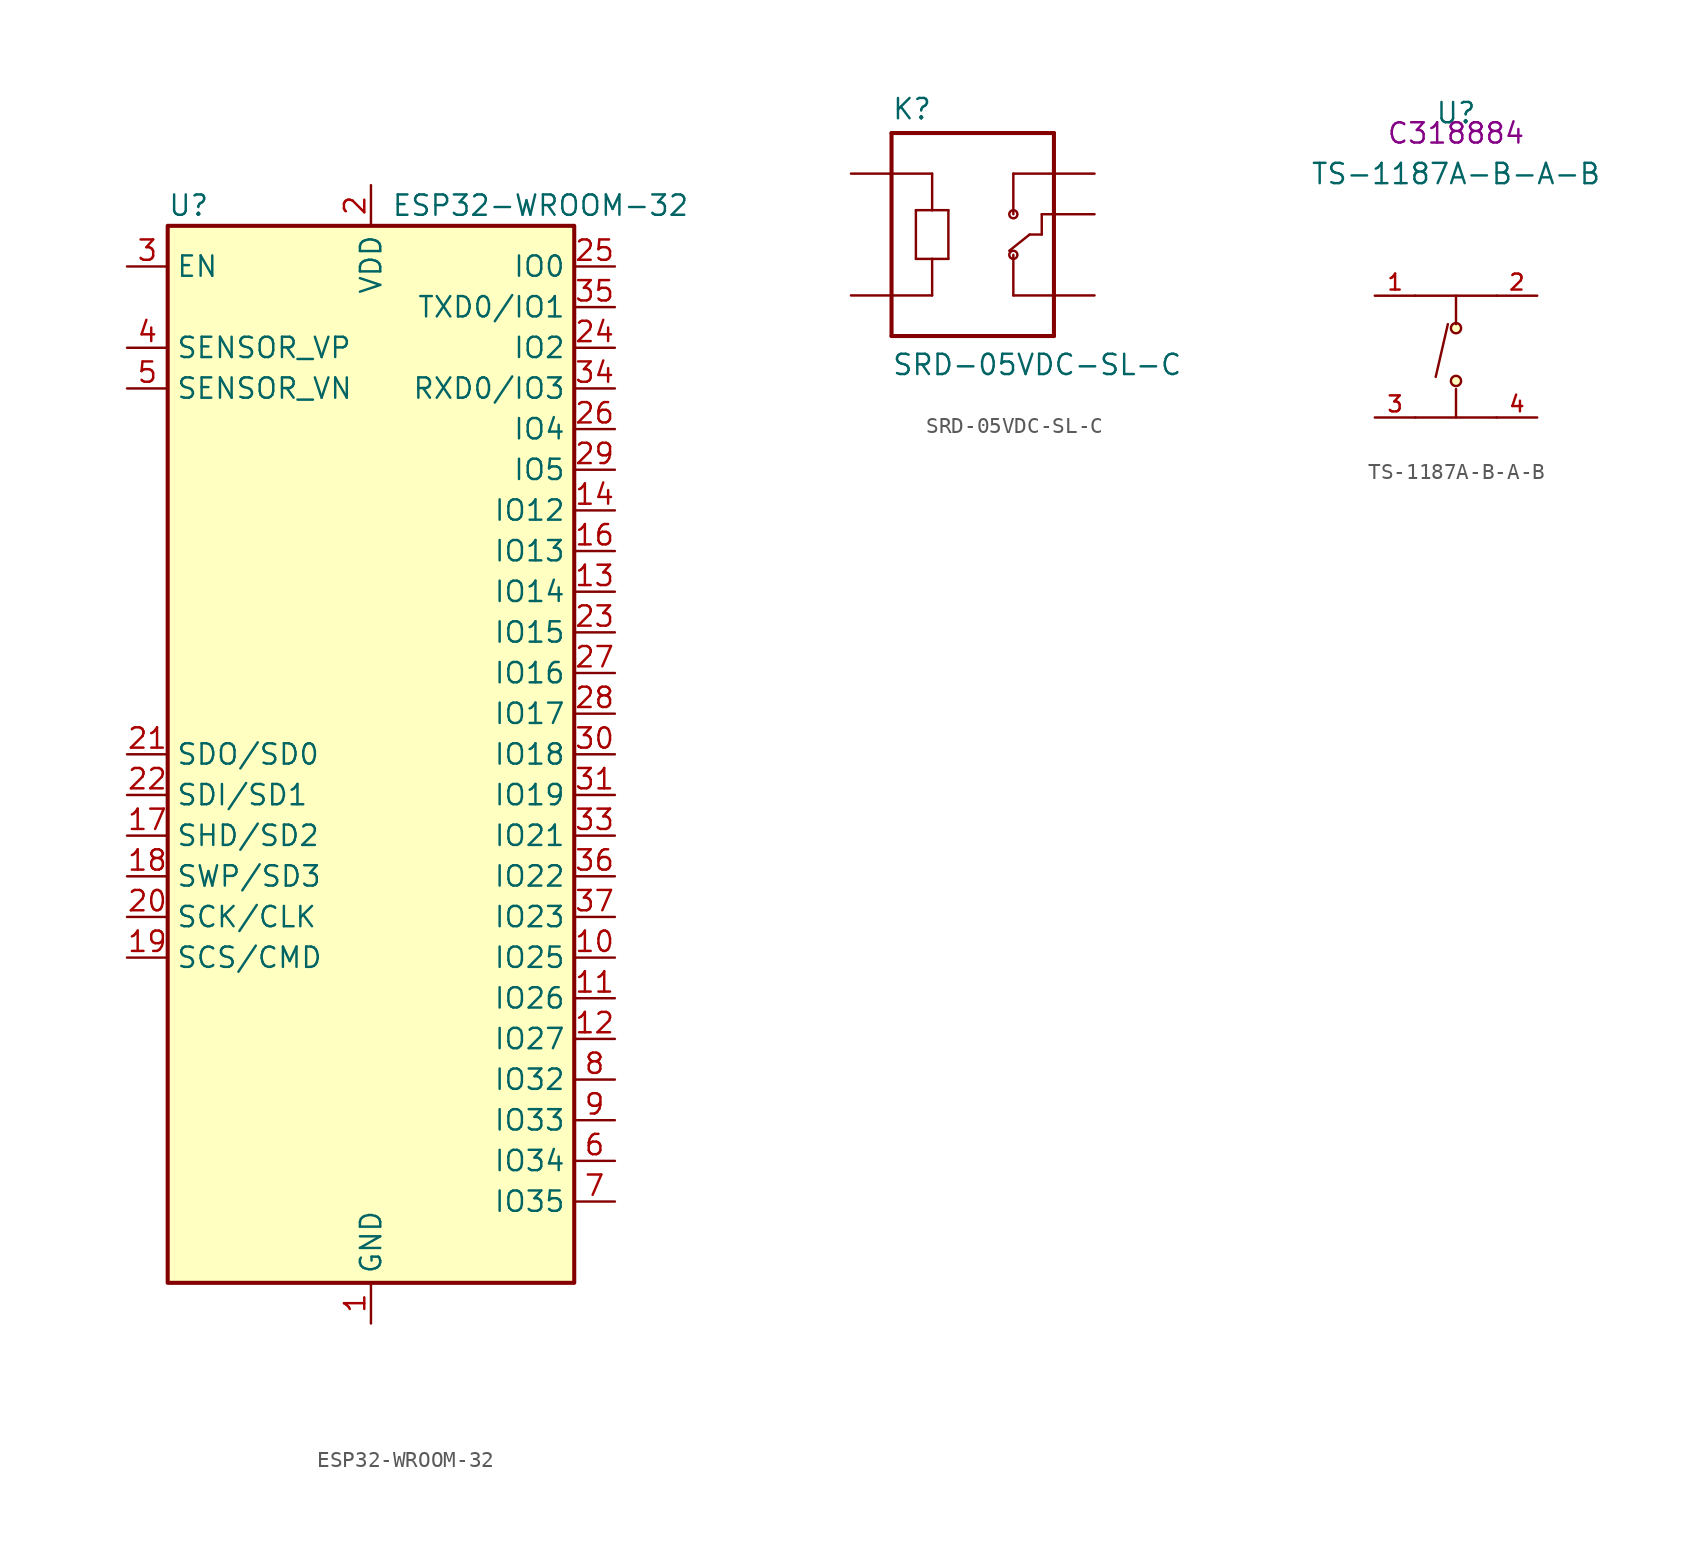
<source format=kicad_sym>
(kicad_symbol_lib
  (version 20211014)
  (generator kicad_symbol_editor)
  (symbol "ESP32-WROOM-32"
    (property "Reference" "U"
      (at -12.7 34.29 0)
      (effects (font (size 1.27 1.27)) (justify left)))
    (property "Value" "ESP32-WROOM-32"
      (at 1.27 34.29 0)
      (effects (font (size 1.27 1.27)) (justify left)))
    (symbol "ESP32-WROOM-32_0_1"
      (rectangle (start -12.7 33.02) (end 12.7 -33.02) (stroke (width 0.254) (type default) (color 0 0 0 0)) (fill (type background))))
    (symbol "ESP32-WROOM-32_1_1"
      (pin power_in line (at 0 -35.56 90) (length 2.54) (name "GND" (effects (font (size 1.27 1.27)))) (number "1" (effects (font (size 1.27 1.27)))))
      (pin bidirectional line (at 15.24 -12.7 180) (length 2.54) (name "IO25" (effects (font (size 1.27 1.27)))) (number "10" (effects (font (size 1.27 1.27)))))
      (pin bidirectional line (at 15.24 -15.24 180) (length 2.54) (name "IO26" (effects (font (size 1.27 1.27)))) (number "11" (effects (font (size 1.27 1.27)))))
      (pin bidirectional line (at 15.24 -17.78 180) (length 2.54) (name "IO27" (effects (font (size 1.27 1.27)))) (number "12" (effects (font (size 1.27 1.27)))))
      (pin bidirectional line (at 15.24 10.16 180) (length 2.54) (name "IO14" (effects (font (size 1.27 1.27)))) (number "13" (effects (font (size 1.27 1.27)))))
      (pin bidirectional line (at 15.24 15.24 180) (length 2.54) (name "IO12" (effects (font (size 1.27 1.27)))) (number "14" (effects (font (size 1.27 1.27)))))
      (pin passive line (at 0 -35.56 90) (length 2.54) hide (name "GND" (effects (font (size 1.27 1.27)))) (number "15" (effects (font (size 1.27 1.27)))))
      (pin bidirectional line (at 15.24 12.7 180) (length 2.54) (name "IO13" (effects (font (size 1.27 1.27)))) (number "16" (effects (font (size 1.27 1.27)))))
      (pin bidirectional line (at -15.24 -5.08 0) (length 2.54) (name "SHD/SD2" (effects (font (size 1.27 1.27)))) (number "17" (effects (font (size 1.27 1.27)))))
      (pin bidirectional line (at -15.24 -7.62 0) (length 2.54) (name "SWP/SD3" (effects (font (size 1.27 1.27)))) (number "18" (effects (font (size 1.27 1.27)))))
      (pin bidirectional line (at -15.24 -12.7 0) (length 2.54) (name "SCS/CMD" (effects (font (size 1.27 1.27)))) (number "19" (effects (font (size 1.27 1.27)))))
      (pin power_in line (at 0 35.56 270) (length 2.54) (name "VDD" (effects (font (size 1.27 1.27)))) (number "2" (effects (font (size 1.27 1.27)))))
      (pin bidirectional line (at -15.24 -10.16 0) (length 2.54) (name "SCK/CLK" (effects (font (size 1.27 1.27)))) (number "20" (effects (font (size 1.27 1.27)))))
      (pin bidirectional line (at -15.24 0 0) (length 2.54) (name "SDO/SD0" (effects (font (size 1.27 1.27)))) (number "21" (effects (font (size 1.27 1.27)))))
      (pin bidirectional line (at -15.24 -2.54 0) (length 2.54) (name "SDI/SD1" (effects (font (size 1.27 1.27)))) (number "22" (effects (font (size 1.27 1.27)))))
      (pin bidirectional line (at 15.24 7.62 180) (length 2.54) (name "IO15" (effects (font (size 1.27 1.27)))) (number "23" (effects (font (size 1.27 1.27)))))
      (pin bidirectional line (at 15.24 25.4 180) (length 2.54) (name "IO2" (effects (font (size 1.27 1.27)))) (number "24" (effects (font (size 1.27 1.27)))))
      (pin bidirectional line (at 15.24 30.48 180) (length 2.54) (name "IO0" (effects (font (size 1.27 1.27)))) (number "25" (effects (font (size 1.27 1.27)))))
      (pin bidirectional line (at 15.24 20.32 180) (length 2.54) (name "IO4" (effects (font (size 1.27 1.27)))) (number "26" (effects (font (size 1.27 1.27)))))
      (pin bidirectional line (at 15.24 5.08 180) (length 2.54) (name "IO16" (effects (font (size 1.27 1.27)))) (number "27" (effects (font (size 1.27 1.27)))))
      (pin bidirectional line (at 15.24 2.54 180) (length 2.54) (name "IO17" (effects (font (size 1.27 1.27)))) (number "28" (effects (font (size 1.27 1.27)))))
      (pin bidirectional line (at 15.24 17.78 180) (length 2.54) (name "IO5" (effects (font (size 1.27 1.27)))) (number "29" (effects (font (size 1.27 1.27)))))
      (pin input line (at -15.24 30.48 0) (length 2.54) (name "EN" (effects (font (size 1.27 1.27)))) (number "3" (effects (font (size 1.27 1.27)))))
      (pin bidirectional line (at 15.24 0 180) (length 2.54) (name "IO18" (effects (font (size 1.27 1.27)))) (number "30" (effects (font (size 1.27 1.27)))))
      (pin bidirectional line (at 15.24 -2.54 180) (length 2.54) (name "IO19" (effects (font (size 1.27 1.27)))) (number "31" (effects (font (size 1.27 1.27)))))
      (pin no_connect line (at -12.7 -27.94 0) (length 2.54) hide (name "NC" (effects (font (size 1.27 1.27)))) (number "32" (effects (font (size 1.27 1.27)))))
      (pin bidirectional line (at 15.24 -5.08 180) (length 2.54) (name "IO21" (effects (font (size 1.27 1.27)))) (number "33" (effects (font (size 1.27 1.27)))))
      (pin bidirectional line (at 15.24 22.86 180) (length 2.54) (name "RXD0/IO3" (effects (font (size 1.27 1.27)))) (number "34" (effects (font (size 1.27 1.27)))))
      (pin bidirectional line (at 15.24 27.94 180) (length 2.54) (name "TXD0/IO1" (effects (font (size 1.27 1.27)))) (number "35" (effects (font (size 1.27 1.27)))))
      (pin bidirectional line (at 15.24 -7.62 180) (length 2.54) (name "IO22" (effects (font (size 1.27 1.27)))) (number "36" (effects (font (size 1.27 1.27)))))
      (pin bidirectional line (at 15.24 -10.16 180) (length 2.54) (name "IO23" (effects (font (size 1.27 1.27)))) (number "37" (effects (font (size 1.27 1.27)))))
      (pin passive line (at 0 -35.56 90) (length 2.54) hide (name "GND" (effects (font (size 1.27 1.27)))) (number "38" (effects (font (size 1.27 1.27)))))
      (pin passive line (at 0 -35.56 90) (length 2.54) hide (name "GND" (effects (font (size 1.27 1.27)))) (number "39" (effects (font (size 1.27 1.27)))))
      (pin input line (at -15.24 25.4 0) (length 2.54) (name "SENSOR_VP" (effects (font (size 1.27 1.27)))) (number "4" (effects (font (size 1.27 1.27)))))
      (pin input line (at -15.24 22.86 0) (length 2.54) (name "SENSOR_VN" (effects (font (size 1.27 1.27)))) (number "5" (effects (font (size 1.27 1.27)))))
      (pin bidirectional line (at 15.24 -25.4 180) (length 2.54) (name "IO34" (effects (font (size 1.27 1.27)))) (number "6" (effects (font (size 1.27 1.27)))))
      (pin bidirectional line (at 15.24 -27.94 180) (length 2.54) (name "IO35" (effects (font (size 1.27 1.27)))) (number "7" (effects (font (size 1.27 1.27)))))
      (pin bidirectional line (at 15.24 -20.32 180) (length 2.54) (name "IO32" (effects (font (size 1.27 1.27)))) (number "8" (effects (font (size 1.27 1.27)))))
      (pin bidirectional line (at 15.24 -22.86 180) (length 2.54) (name "IO33" (effects (font (size 1.27 1.27)))) (number "9" (effects (font (size 1.27 1.27)))))))
  (symbol "SRD-05VDC-SL-C"
    (pin_numbers hide)
    (pin_names
      (offset 1.016) hide)
    (property "Reference" "K"
      (at -5.08 5.842 0)
      (effects (font (size 1.27 1.27)) (justify left bottom)))
    (property "Value" "SRD-05VDC-SL-C"
      (at -5.08 -10.16 0)
      (effects (font (size 1.27 1.27)) (justify left bottom)))
    (property "ki_locked" ""
      (at 0 0 0)
      (effects (font (size 1.27 1.27))))
    (symbol "SRD-05VDC-SL-C_0_0"
      (polyline (pts (xy -5.08 -7.62) (xy -5.08 5.08)) (stroke (width 0.254) (type default) (color 0 0 0 0)) (fill (type none)))
      (polyline (pts (xy -5.08 2.54) (xy -2.54 2.54)) (stroke (width 0.152) (type default) (color 0 0 0 0)) (fill (type none)))
      (polyline (pts (xy -5.08 5.08) (xy 5.08 5.08)) (stroke (width 0.254) (type default) (color 0 0 0 0)) (fill (type none)))
      (polyline (pts (xy -3.556 -2.794) (xy -2.54 -2.794)) (stroke (width 0.152) (type default) (color 0 0 0 0)) (fill (type none)))
      (polyline (pts (xy -3.556 0.254) (xy -3.556 -2.794)) (stroke (width 0.152) (type default) (color 0 0 0 0)) (fill (type none)))
      (polyline (pts (xy -2.54 -5.08) (xy -5.08 -5.08)) (stroke (width 0.152) (type default) (color 0 0 0 0)) (fill (type none)))
      (polyline (pts (xy -2.54 -2.794) (xy -2.54 -5.08)) (stroke (width 0.152) (type default) (color 0 0 0 0)) (fill (type none)))
      (polyline (pts (xy -2.54 -2.794) (xy -1.524 -2.794)) (stroke (width 0.152) (type default) (color 0 0 0 0)) (fill (type none)))
      (polyline (pts (xy -2.54 0.254) (xy -3.556 0.254)) (stroke (width 0.152) (type default) (color 0 0 0 0)) (fill (type none)))
      (polyline (pts (xy -2.54 2.54) (xy -2.54 0.254)) (stroke (width 0.152) (type default) (color 0 0 0 0)) (fill (type none)))
      (polyline (pts (xy -1.524 -2.794) (xy -1.524 0.254)) (stroke (width 0.152) (type default) (color 0 0 0 0)) (fill (type none)))
      (polyline (pts (xy -1.524 0.254) (xy -2.54 0.254)) (stroke (width 0.152) (type default) (color 0 0 0 0)) (fill (type none)))
      (polyline (pts (xy 2.54 -5.08) (xy 5.08 -5.08)) (stroke (width 0.152) (type default) (color 0 0 0 0)) (fill (type none)))
      (polyline (pts (xy 2.54 -2.54) (xy 2.54 -5.08)) (stroke (width 0.152) (type default) (color 0 0 0 0)) (fill (type none)))
      (polyline (pts (xy 2.54 2.54) (xy 2.54 0)) (stroke (width 0.152) (type default) (color 0 0 0 0)) (fill (type none)))
      (polyline (pts (xy 3.556 -1.27) (xy 2.286 -2.286)) (stroke (width 0.152) (type default) (color 0 0 0 0)) (fill (type none)))
      (polyline (pts (xy 3.556 -1.27) (xy 4.318 -1.27)) (stroke (width 0.152) (type default) (color 0 0 0 0)) (fill (type none)))
      (polyline (pts (xy 4.318 -1.27) (xy 4.318 0)) (stroke (width 0.152) (type default) (color 0 0 0 0)) (fill (type none)))
      (polyline (pts (xy 4.318 0) (xy 5.08 0)) (stroke (width 0.152) (type default) (color 0 0 0 0)) (fill (type none)))
      (polyline (pts (xy 5.08 -7.62) (xy -5.08 -7.62)) (stroke (width 0.254) (type default) (color 0 0 0 0)) (fill (type none)))
      (polyline (pts (xy 5.08 0) (xy 5.08 -7.62)) (stroke (width 0.254) (type default) (color 0 0 0 0)) (fill (type none)))
      (polyline (pts (xy 5.08 2.54) (xy 2.54 2.54)) (stroke (width 0.152) (type default) (color 0 0 0 0)) (fill (type none)))
      (polyline (pts (xy 5.08 5.08) (xy 5.08 0)) (stroke (width 0.254) (type default) (color 0 0 0 0)) (fill (type none)))
      (circle (center 2.54 -2.54) (radius 0.254) (stroke (width 0.152) (type default) (color 0 0 0 0)) (fill (type none)))
      (circle (center 2.54 0) (radius 0.254) (stroke (width 0.152) (type default) (color 0 0 0 0)) (fill (type none)))
      (pin passive line (at -7.62 2.54 0) (length 2.54) (name "~" (effects (font (size 1.016 1.016)))) (number "A1" (effects (font (size 1.016 1.016)))))
      (pin passive line (at -7.62 -5.08 0) (length 2.54) (name "~" (effects (font (size 1.016 1.016)))) (number "A2" (effects (font (size 1.016 1.016)))))
      (pin passive line (at 7.62 0 180) (length 2.54) (name "~" (effects (font (size 1.016 1.016)))) (number "COM" (effects (font (size 1.016 1.016)))))
      (pin passive line (at 7.62 -5.08 180) (length 2.54) (name "~" (effects (font (size 1.016 1.016)))) (number "NC" (effects (font (size 1.016 1.016)))))
      (pin passive line (at 7.62 2.54 180) (length 2.54) (name "~" (effects (font (size 1.016 1.016)))) (number "NO" (effects (font (size 1.016 1.016)))))))
  (symbol "TS-1187A-B-A-B"
    (pin_names hide)
    (property "Reference" "U"
      (at 0 1.27 0)
      (effects (font (size 1.27 1.27))))
    (property "Value" "TS-1187A-B-A-B"
      (at 0 -2.54 0)
      (effects (font (size 1.27 1.27))))
    (property "LCSC" "C318884"
      (at 0 0 0)
      (effects (font (size 1.27 1.27))))
    (symbol "TS-1187A-B-A-B_0_0"
      (circle (center 0 -15.494) (radius 0.318) (stroke (width 0) (type default) (color 0 0 0 0)) (fill (type background)))
      (circle (center 0 -12.192) (radius 0.318) (stroke (width 0) (type default) (color 0 0 0 0)) (fill (type background)))
      (polyline (pts (xy -2.54 -17.78) (xy 2.54 -17.78)) (stroke (width 0) (type default) (color 0 0 0 0)) (fill (type none)))
      (polyline (pts (xy -2.54 -10.16) (xy 2.54 -10.16)) (stroke (width 0) (type default) (color 0 0 0 0)) (fill (type none)))
      (polyline (pts (xy -0.508 -11.938) (xy -1.27 -15.24)) (stroke (width 0) (type default) (color 0 0 0 0)) (fill (type none)))
      (polyline (pts (xy 0 -16.002) (xy 0 -17.78)) (stroke (width 0) (type default) (color 0 0 0 0)) (fill (type none)))
      (polyline (pts (xy 0 -11.938) (xy 0 -10.16)) (stroke (width 0) (type default) (color 0 0 0 0)) (fill (type none)))
      (pin unspecified line (at -5.08 -10.16 0) (length 2.54) (name "A" (effects (font (size 1 1)))) (number "1" (effects (font (size 1 1)))))
      (pin unspecified line (at 5.08 -10.16 180) (length 2.54) (name "B" (effects (font (size 1 1)))) (number "2" (effects (font (size 1 1)))))
      (pin unspecified line (at -5.08 -17.78 0) (length 2.54) (name "C" (effects (font (size 1 1)))) (number "3" (effects (font (size 1 1)))))
      (pin unspecified line (at 5.08 -17.78 180) (length 2.54) (name "D" (effects (font (size 1 1)))) (number "4" (effects (font (size 1 1))))))))
</source>
